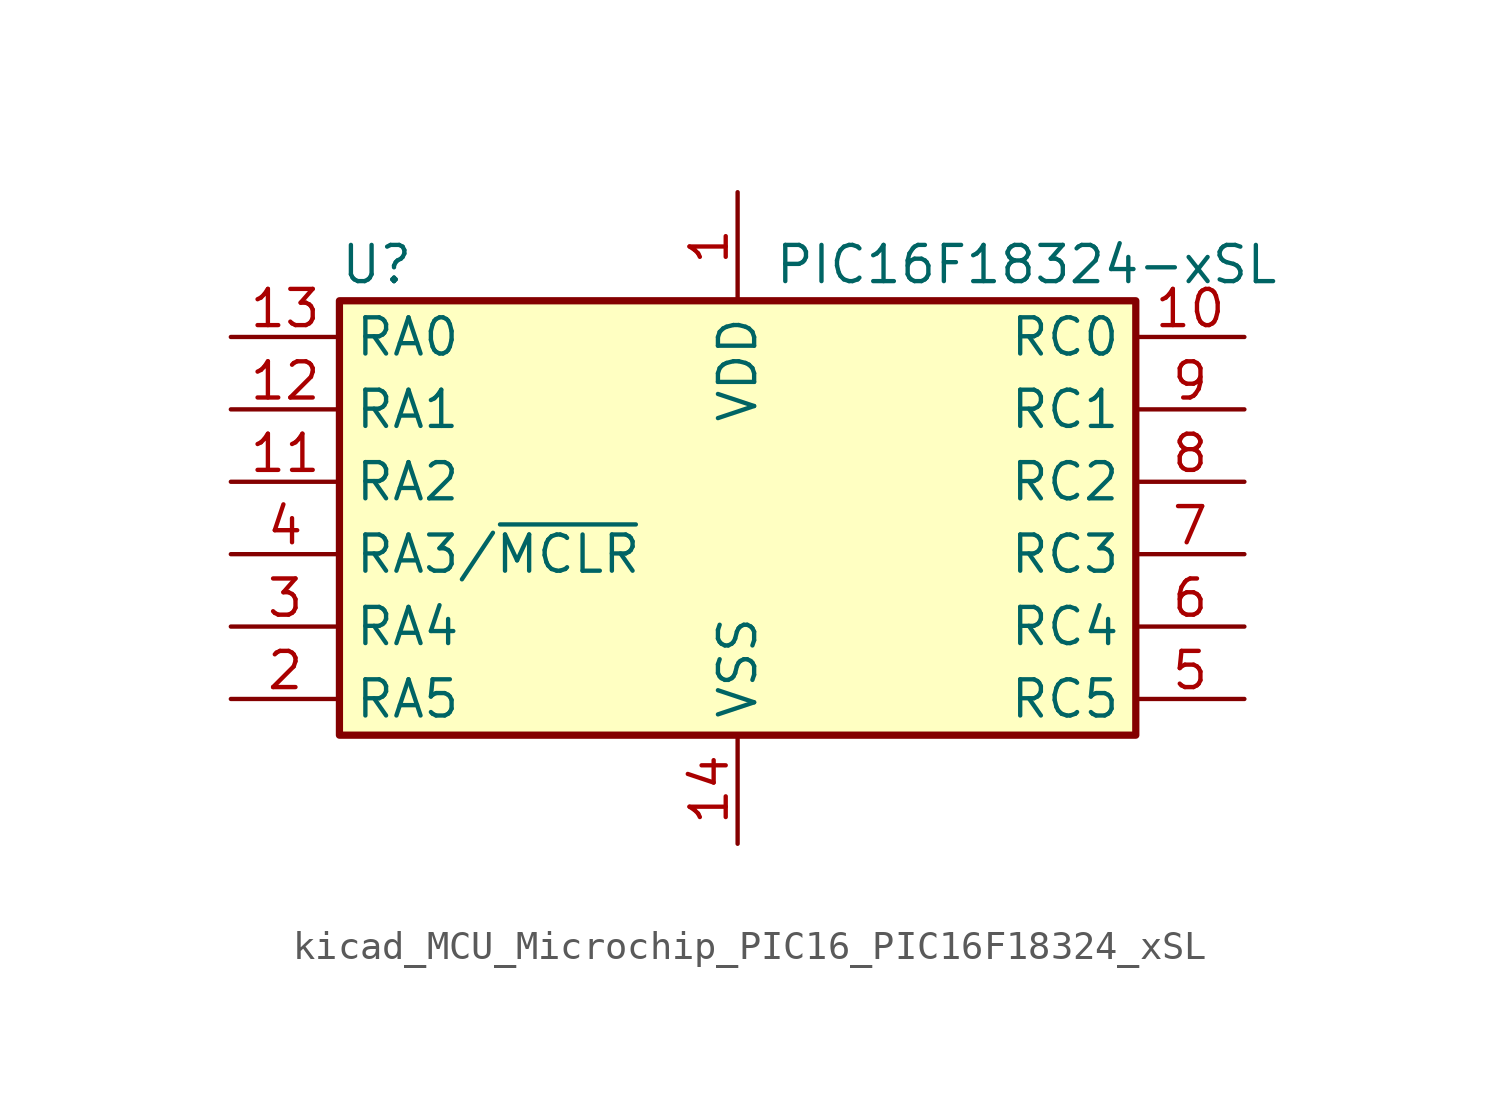
<source format=kicad_sym>
(kicad_symbol_lib
  (version 20220914)
  (generator kicad_symbol_editor)
  (symbol "kicad_MCU_Microchip_PIC16_PIC16F18324_xSL"
    (property "Reference" "U"
      (at -13.97 10.16 0)
      (effects (font (size 1.27 1.27)) (justify left)))
    (property "Value" "PIC16F18324-xSL"
      (at 1.27 10.16 0)
      (effects (font (size 1.27 1.27)) (justify left)))
    (symbol "kicad_MCU_Microchip_PIC16_PIC16F18324_xSL_1_1"
      (rectangle (start -13.97 8.89) (end 13.97 -6.35) (stroke (width 0.254) (type default)) (fill (type background)))
      (pin power_in line (at 0 12.7 270) (length 3.81) (name "VDD" (effects (font (size 1.27 1.27)))) (number "1" (effects (font (size 1.27 1.27)))))
      (pin bidirectional line (at 17.78 7.62 180) (length 3.81) (name "RC0" (effects (font (size 1.27 1.27)))) (number "10" (effects (font (size 1.27 1.27)))))
      (pin bidirectional line (at -17.78 2.54 0) (length 3.81) (name "RA2" (effects (font (size 1.27 1.27)))) (number "11" (effects (font (size 1.27 1.27)))))
      (pin bidirectional line (at -17.78 5.08 0) (length 3.81) (name "RA1" (effects (font (size 1.27 1.27)))) (number "12" (effects (font (size 1.27 1.27)))))
      (pin bidirectional line (at -17.78 7.62 0) (length 3.81) (name "RA0" (effects (font (size 1.27 1.27)))) (number "13" (effects (font (size 1.27 1.27)))))
      (pin power_in line (at 0 -10.16 90) (length 3.81) (name "VSS" (effects (font (size 1.27 1.27)))) (number "14" (effects (font (size 1.27 1.27)))))
      (pin bidirectional line (at -17.78 -5.08 0) (length 3.81) (name "RA5" (effects (font (size 1.27 1.27)))) (number "2" (effects (font (size 1.27 1.27)))))
      (pin bidirectional line (at -17.78 -2.54 0) (length 3.81) (name "RA4" (effects (font (size 1.27 1.27)))) (number "3" (effects (font (size 1.27 1.27)))))
      (pin bidirectional line (at -17.78 0 0) (length 3.81) (name "RA3/~{MCLR}" (effects (font (size 1.27 1.27)))) (number "4" (effects (font (size 1.27 1.27)))))
      (pin bidirectional line (at 17.78 -5.08 180) (length 3.81) (name "RC5" (effects (font (size 1.27 1.27)))) (number "5" (effects (font (size 1.27 1.27)))))
      (pin bidirectional line (at 17.78 -2.54 180) (length 3.81) (name "RC4" (effects (font (size 1.27 1.27)))) (number "6" (effects (font (size 1.27 1.27)))))
      (pin bidirectional line (at 17.78 0 180) (length 3.81) (name "RC3" (effects (font (size 1.27 1.27)))) (number "7" (effects (font (size 1.27 1.27)))))
      (pin bidirectional line (at 17.78 2.54 180) (length 3.81) (name "RC2" (effects (font (size 1.27 1.27)))) (number "8" (effects (font (size 1.27 1.27)))))
      (pin bidirectional line (at 17.78 5.08 180) (length 3.81) (name "RC1" (effects (font (size 1.27 1.27)))) (number "9" (effects (font (size 1.27 1.27))))))))
</source>
